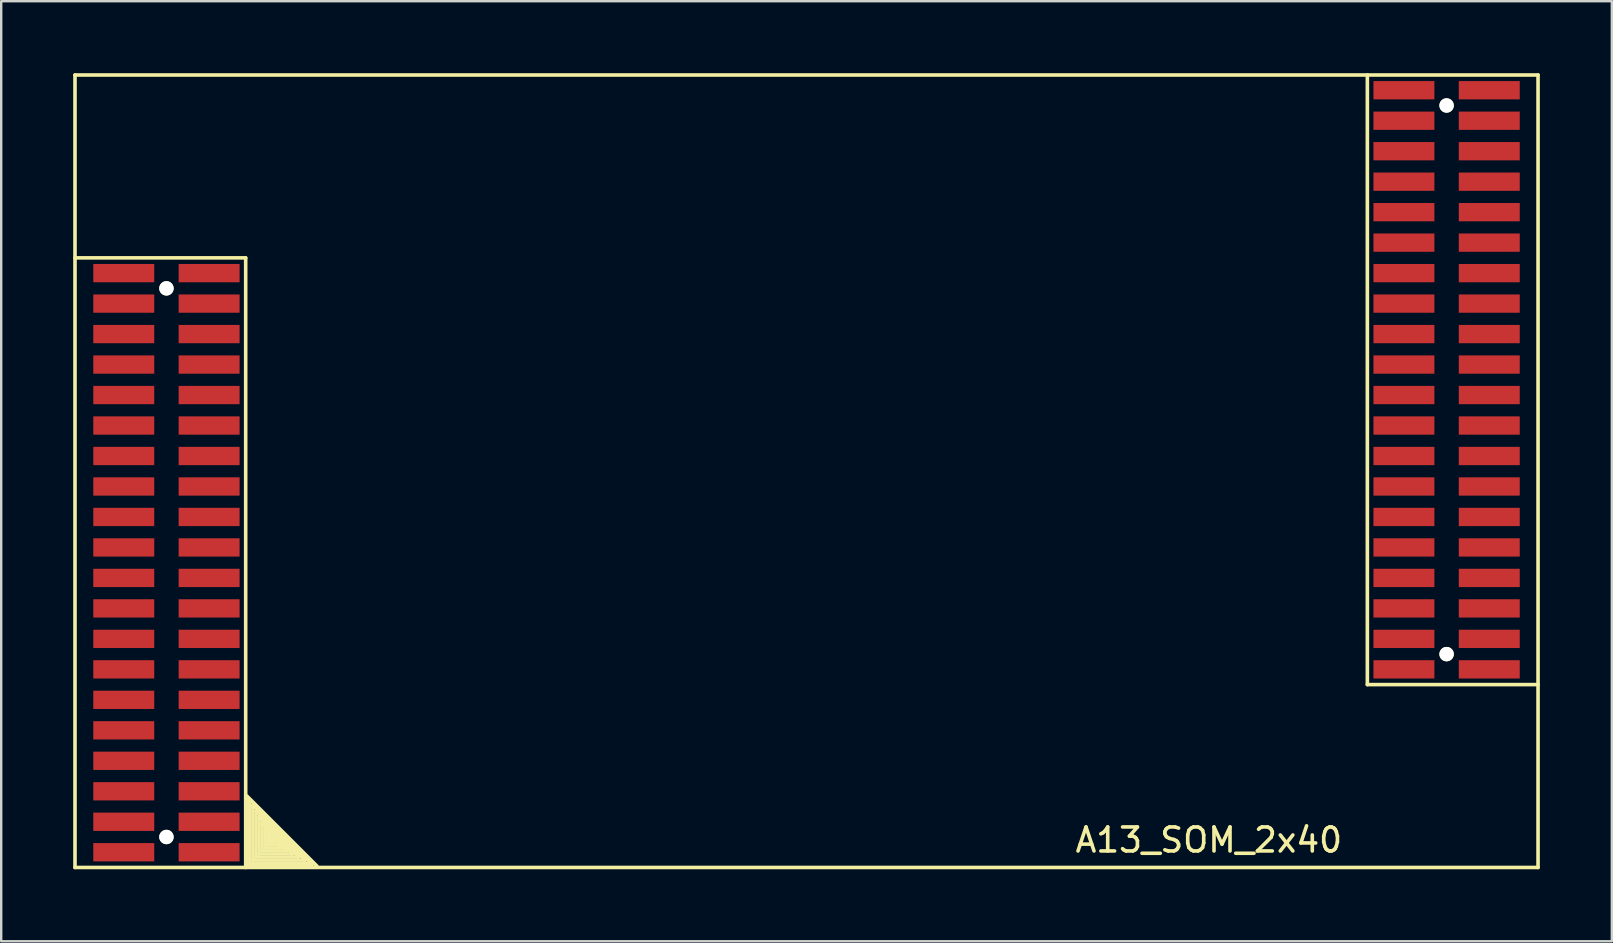
<source format=kicad_pcb>
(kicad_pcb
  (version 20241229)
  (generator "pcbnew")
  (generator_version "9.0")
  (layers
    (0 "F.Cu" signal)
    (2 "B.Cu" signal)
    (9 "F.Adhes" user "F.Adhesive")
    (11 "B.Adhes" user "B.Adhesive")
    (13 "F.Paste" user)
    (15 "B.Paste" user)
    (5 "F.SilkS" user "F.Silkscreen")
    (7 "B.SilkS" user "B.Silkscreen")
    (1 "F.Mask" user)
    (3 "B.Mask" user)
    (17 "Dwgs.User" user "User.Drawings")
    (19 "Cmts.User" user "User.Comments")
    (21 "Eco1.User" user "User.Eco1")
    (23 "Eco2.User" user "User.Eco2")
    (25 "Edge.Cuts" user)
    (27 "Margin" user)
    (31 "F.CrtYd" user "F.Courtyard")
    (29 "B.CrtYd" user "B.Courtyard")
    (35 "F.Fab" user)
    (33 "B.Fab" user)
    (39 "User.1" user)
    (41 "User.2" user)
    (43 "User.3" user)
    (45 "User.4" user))
  (footprint "A13_SOM_2x40"
    (layer "F.Cu")
    (at 30.555 17.982)
    (property "Reference" "A13_SOM_2x40" (at 16.764 13.97 0) (layer "F.SilkS") (effects (font (size 1 1) (thickness 0.15))))
    (attr through_hole)
    (fp_line (start -30.48 -17.907) (end 30.48 -17.907) (stroke (width 0.15) (type solid)) (layer "F.SilkS"))
    (fp_line (start -30.48 15.113) (end -30.48 -17.907) (stroke (width 0.15) (type solid)) (layer "F.SilkS"))
    (fp_line (start -23.368 -10.287) (end -30.48 -10.287) (stroke (width 0.15) (type solid)) (layer "F.SilkS"))
    (fp_line (start -23.368 15.113) (end -23.368 -10.287) (stroke (width 0.15) (type solid)) (layer "F.SilkS"))
    (fp_line (start -23.318 12.136) (end -20.397 15.057) (stroke (width 0.15) (type solid)) (layer "F.SilkS"))
    (fp_line (start -23.3 12.3) (end -23.3 15) (stroke (width 0.15) (type solid)) (layer "F.SilkS"))
    (fp_line (start -23.3 15) (end -20.6 15) (stroke (width 0.15) (type solid)) (layer "F.SilkS"))
    (fp_line (start -23.191 12.39) (end -23.191 14.93) (stroke (width 0.15) (type solid)) (layer "F.SilkS"))
    (fp_line (start -23.191 14.93) (end -20.651 14.93) (stroke (width 0.15) (type solid)) (layer "F.SilkS"))
    (fp_line (start -23.064 12.517) (end -23.064 14.803) (stroke (width 0.15) (type solid)) (layer "F.SilkS"))
    (fp_line (start -23.064 14.803) (end -20.905 14.803) (stroke (width 0.15) (type solid)) (layer "F.SilkS"))
    (fp_line (start -22.937 12.771) (end -22.937 14.676) (stroke (width 0.15) (type solid)) (layer "F.SilkS"))
    (fp_line (start -22.937 14.676) (end -21.159 14.676) (stroke (width 0.15) (type solid)) (layer "F.SilkS"))
    (fp_line (start -22.81 13.025) (end -22.81 14.549) (stroke (width 0.15) (type solid)) (layer "F.SilkS"))
    (fp_line (start -22.81 14.549) (end -21.413 14.549) (stroke (width 0.15) (type solid)) (layer "F.SilkS"))
    (fp_line (start -22.683 13.279) (end -22.683 14.422) (stroke (width 0.15) (type solid)) (layer "F.SilkS"))
    (fp_line (start -22.683 14.422) (end -21.667 14.422) (stroke (width 0.15) (type solid)) (layer "F.SilkS"))
    (fp_line (start -22.556 13.533) (end -22.556 14.295) (stroke (width 0.15) (type solid)) (layer "F.SilkS"))
    (fp_line (start -22.556 14.295) (end -21.921 14.295) (stroke (width 0.15) (type solid)) (layer "F.SilkS"))
    (fp_line (start -22.429 13.787) (end -22.429 14.168) (stroke (width 0.15) (type solid)) (layer "F.SilkS"))
    (fp_line (start -22.429 14.168) (end -22.175 14.168) (stroke (width 0.15) (type solid)) (layer "F.SilkS"))
    (fp_line (start -22.302 14.041) (end -22.429 14.041) (stroke (width 0.15) (type solid)) (layer "F.SilkS"))
    (fp_line (start -22.175 14.168) (end -22.302 14.041) (stroke (width 0.15) (type solid)) (layer "F.SilkS"))
    (fp_line (start -21.921 14.295) (end -22.429 13.787) (stroke (width 0.15) (type solid)) (layer "F.SilkS"))
    (fp_line (start -21.667 14.422) (end -22.556 13.533) (stroke (width 0.15) (type solid)) (layer "F.SilkS"))
    (fp_line (start -21.413 14.549) (end -22.683 13.279) (stroke (width 0.15) (type solid)) (layer "F.SilkS"))
    (fp_line (start -21.159 14.676) (end -22.81 13.025) (stroke (width 0.15) (type solid)) (layer "F.SilkS"))
    (fp_line (start -20.905 14.803) (end -22.937 12.771) (stroke (width 0.15) (type solid)) (layer "F.SilkS"))
    (fp_line (start -20.651 14.93) (end -23.064 12.517) (stroke (width 0.15) (type solid)) (layer "F.SilkS"))
    (fp_line (start 23.368 -17.907) (end 23.368 7.493) (stroke (width 0.15) (type solid)) (layer "F.SilkS"))
    (fp_line (start 23.368 7.493) (end 30.48 7.493) (stroke (width 0.15) (type solid)) (layer "F.SilkS"))
    (fp_line (start 30.48 -17.907) (end 30.48 15.113) (stroke (width 0.15) (type solid)) (layer "F.SilkS"))
    (fp_line (start 30.48 15.113) (end -30.48 15.113) (stroke (width 0.15) (type solid)) (layer "F.SilkS"))
    (pad "" np_thru_hole circle (at -26.67 -9.017) (size 0.6 0.6) (drill 0.6) (layers "*.Cu" "*.Mask" "F.SilkS"))
    (pad "" np_thru_hole circle (at -26.67 13.843) (size 0.6 0.6) (drill 0.6) (layers "*.Cu" "*.Mask" "F.SilkS"))
    (pad "" np_thru_hole circle (at 26.67 -16.637) (size 0.6 0.6) (drill 0.6) (layers "*.Cu" "*.Mask" "F.SilkS"))
    (pad "" np_thru_hole circle (at 26.67 6.223) (size 0.6 0.6) (drill 0.6) (layers "*.Cu" "*.Mask" "F.SilkS"))
    (pad " " smd rect (at -28.448 8.128 180) (size 2.54 0.762) (layers "F.Cu" "F.Mask" "F.Paste"))
    (pad " " smd rect (at -24.892 8.128 180) (size 2.54 0.762) (layers "F.Cu" "F.Mask" "F.Paste"))
    (pad " " smd rect (at 24.892 -10.922) (size 2.54 0.762) (layers "F.Cu" "F.Mask" "F.Paste"))
    (pad " " smd rect (at 28.448 -10.922) (size 2.54 0.762) (layers "F.Cu" "F.Mask" "F.Paste"))
    (pad "1G1" smd rect (at 24.892 -9.652) (size 2.54 0.762) (layers "F.Cu" "F.Mask" "F.Paste"))
    (pad "1G2" smd rect (at 28.448 -9.652) (size 2.54 0.762) (layers "F.Cu" "F.Mask" "F.Paste"))
    (pad "1G3" smd rect (at 24.892 -8.382) (size 2.54 0.762) (layers "F.Cu" "F.Mask" "F.Paste"))
    (pad "1G4" smd rect (at 28.448 -8.382) (size 2.54 0.762) (layers "F.Cu" "F.Mask" "F.Paste"))
    (pad "1G5" smd rect (at 24.892 -7.112) (size 2.54 0.762) (layers "F.Cu" "F.Mask" "F.Paste"))
    (pad "1G6" smd rect (at 28.448 -7.112) (size 2.54 0.762) (layers "F.Cu" "F.Mask" "F.Paste"))
    (pad "1G7" smd rect (at 24.892 -5.842) (size 2.54 0.762) (layers "F.Cu" "F.Mask" "F.Paste"))
    (pad "1G8" smd rect (at 28.448 -5.842) (size 2.54 0.762) (layers "F.Cu" "F.Mask" "F.Paste"))
    (pad "1G9" smd rect (at 24.892 -4.572) (size 2.54 0.762) (layers "F.Cu" "F.Mask" "F.Paste"))
    (pad "1G10" smd rect (at 28.448 -4.572) (size 2.54 0.762) (layers "F.Cu" "F.Mask" "F.Paste"))
    (pad "1G11" smd rect (at 24.892 -3.302) (size 2.54 0.762) (layers "F.Cu" "F.Mask" "F.Paste"))
    (pad "1G12" smd rect (at 28.448 -3.302) (size 2.54 0.762) (layers "F.Cu" "F.Mask" "F.Paste"))
    (pad "1G13" smd rect (at 24.892 -2.032) (size 2.54 0.762) (layers "F.Cu" "F.Mask" "F.Paste"))
    (pad "1G14" smd rect (at 28.448 -2.032) (size 2.54 0.762) (layers "F.Cu" "F.Mask" "F.Paste"))
    (pad "1G15" smd rect (at 24.892 -0.762) (size 2.54 0.762) (layers "F.Cu" "F.Mask" "F.Paste"))
    (pad "1G16" smd rect (at 28.448 -0.762) (size 2.54 0.762) (layers "F.Cu" "F.Mask" "F.Paste"))
    (pad "1G17" smd rect (at 24.892 0.508) (size 2.54 0.762) (layers "F.Cu" "F.Mask" "F.Paste"))
    (pad "1G18" smd rect (at 28.448 0.508) (size 2.54 0.762) (layers "F.Cu" "F.Mask" "F.Paste"))
    (pad "1G19" smd rect (at 24.892 1.778) (size 2.54 0.762) (layers "F.Cu" "F.Mask" "F.Paste"))
    (pad "1G20" smd rect (at 28.448 1.778) (size 2.54 0.762) (layers "F.Cu" "F.Mask" "F.Paste"))
    (pad "1G21" smd rect (at 24.892 3.048) (size 2.54 0.762) (layers "F.Cu" "F.Mask" "F.Paste"))
    (pad "1G22" smd rect (at 28.448 3.048) (size 2.54 0.762) (layers "F.Cu" "F.Mask" "F.Paste"))
    (pad "1G23" smd rect (at 24.892 4.318) (size 2.54 0.762) (layers "F.Cu" "F.Mask" "F.Paste"))
    (pad "1G24" smd rect (at 28.448 4.318) (size 2.54 0.762) (layers "F.Cu" "F.Mask" "F.Paste"))
    (pad "1G25" smd rect (at 24.892 5.588) (size 2.54 0.762) (layers "F.Cu" "F.Mask" "F.Paste"))
    (pad "1G26" smd rect (at 28.448 5.588) (size 2.54 0.762) (layers "F.Cu" "F.Mask" "F.Paste"))
    (pad "1G27" smd rect (at 24.892 6.858) (size 2.54 0.762) (layers "F.Cu" "F.Mask" "F.Paste"))
    (pad "1G28" smd rect (at 28.448 6.858) (size 2.54 0.762) (layers "F.Cu" "F.Mask" "F.Paste"))
    (pad "2G1" smd rect (at 24.892 -17.272) (size 2.54 0.762) (layers "F.Cu" "F.Mask" "F.Paste"))
    (pad "2G2" smd rect (at 28.448 -17.272) (size 2.54 0.762) (layers "F.Cu" "F.Mask" "F.Paste"))
    (pad "2G3" smd rect (at 24.892 -16.002) (size 2.54 0.762) (layers "F.Cu" "F.Mask" "F.Paste"))
    (pad "2G4" smd rect (at 28.448 -16.002) (size 2.54 0.762) (layers "F.Cu" "F.Mask" "F.Paste"))
    (pad "2G5" smd rect (at 24.892 -14.732) (size 2.54 0.762) (layers "F.Cu" "F.Mask" "F.Paste"))
    (pad "2G6" smd rect (at 28.448 -14.732) (size 2.54 0.762) (layers "F.Cu" "F.Mask" "F.Paste"))
    (pad "2G7" smd rect (at 24.892 -13.462) (size 2.54 0.762) (layers "F.Cu" "F.Mask" "F.Paste"))
    (pad "2G8" smd rect (at 28.448 -13.462) (size 2.54 0.762) (layers "F.Cu" "F.Mask" "F.Paste"))
    (pad "2G9" smd rect (at 24.892 -12.192) (size 2.54 0.762) (layers "F.Cu" "F.Mask" "F.Paste"))
    (pad "2G10" smd rect (at 28.448 -12.192) (size 2.54 0.762) (layers "F.Cu" "F.Mask" "F.Paste"))
    (pad "3G1" smd rect (at -24.892 14.478 180) (size 2.54 0.762) (layers "F.Cu" "F.Mask" "F.Paste"))
    (pad "3G2" smd rect (at -28.448 14.478 180) (size 2.54 0.762) (layers "F.Cu" "F.Mask" "F.Paste"))
    (pad "3G3" smd rect (at -24.892 13.208 180) (size 2.54 0.762) (layers "F.Cu" "F.Mask" "F.Paste"))
    (pad "3G4" smd rect (at -28.448 13.208 180) (size 2.54 0.762) (layers "F.Cu" "F.Mask" "F.Paste"))
    (pad "3G5" smd rect (at -24.892 11.938 180) (size 2.54 0.762) (layers "F.Cu" "F.Mask" "F.Paste"))
    (pad "3G6" smd rect (at -28.448 11.938 180) (size 2.54 0.762) (layers "F.Cu" "F.Mask" "F.Paste"))
    (pad "3G7" smd rect (at -24.892 10.668 180) (size 2.54 0.762) (layers "F.Cu" "F.Mask" "F.Paste"))
    (pad "3G8" smd rect (at -28.448 10.668 180) (size 2.54 0.762) (layers "F.Cu" "F.Mask" "F.Paste"))
    (pad "3G9" smd rect (at -24.892 9.398 180) (size 2.54 0.762) (layers "F.Cu" "F.Mask" "F.Paste"))
    (pad "3G10" smd rect (at -28.448 9.398 180) (size 2.54 0.762) (layers "F.Cu" "F.Mask" "F.Paste"))
    (pad "LD1" smd rect (at -24.892 6.858 180) (size 2.54 0.762) (layers "F.Cu" "F.Mask" "F.Paste"))
    (pad "LD2" smd rect (at -28.448 6.858 180) (size 2.54 0.762) (layers "F.Cu" "F.Mask" "F.Paste"))
    (pad "LD3" smd rect (at -24.892 5.588 180) (size 2.54 0.762) (layers "F.Cu" "F.Mask" "F.Paste"))
    (pad "LD4" smd rect (at -28.448 5.588 180) (size 2.54 0.762) (layers "F.Cu" "F.Mask" "F.Paste"))
    (pad "LD5" smd rect (at -24.892 4.318 180) (size 2.54 0.762) (layers "F.Cu" "F.Mask" "F.Paste"))
    (pad "LD6" smd rect (at -28.448 4.318 180) (size 2.54 0.762) (layers "F.Cu" "F.Mask" "F.Paste"))
    (pad "LD7" smd rect (at -24.892 3.048 180) (size 2.54 0.762) (layers "F.Cu" "F.Mask" "F.Paste"))
    (pad "LD8" smd rect (at -28.448 3.048 180) (size 2.54 0.762) (layers "F.Cu" "F.Mask" "F.Paste"))
    (pad "LD9" smd rect (at -24.892 1.778 180) (size 2.54 0.762) (layers "F.Cu" "F.Mask" "F.Paste"))
    (pad "LD10" smd rect (at -28.448 1.778 180) (size 2.54 0.762) (layers "F.Cu" "F.Mask" "F.Paste"))
    (pad "LD11" smd rect (at -24.892 0.508 180) (size 2.54 0.762) (layers "F.Cu" "F.Mask" "F.Paste"))
    (pad "LD12" smd rect (at -28.448 0.508 180) (size 2.54 0.762) (layers "F.Cu" "F.Mask" "F.Paste"))
    (pad "LD13" smd rect (at -24.892 -0.762 180) (size 2.54 0.762) (layers "F.Cu" "F.Mask" "F.Paste"))
    (pad "LD14" smd rect (at -28.448 -0.762 180) (size 2.54 0.762) (layers "F.Cu" "F.Mask" "F.Paste"))
    (pad "LD15" smd rect (at -24.892 -2.032 180) (size 2.54 0.762) (layers "F.Cu" "F.Mask" "F.Paste"))
    (pad "LD16" smd rect (at -28.448 -2.032 180) (size 2.54 0.762) (layers "F.Cu" "F.Mask" "F.Paste"))
    (pad "LD17" smd rect (at -24.892 -3.302 180) (size 2.54 0.762) (layers "F.Cu" "F.Mask" "F.Paste"))
    (pad "LD18" smd rect (at -28.448 -3.302 180) (size 2.54 0.762) (layers "F.Cu" "F.Mask" "F.Paste"))
    (pad "LD19" smd rect (at -24.892 -4.572 180) (size 2.54 0.762) (layers "F.Cu" "F.Mask" "F.Paste"))
    (pad "LD20" smd rect (at -28.448 -4.572 180) (size 2.54 0.762) (layers "F.Cu" "F.Mask" "F.Paste"))
    (pad "LD21" smd rect (at -24.892 -5.842 180) (size 2.54 0.762) (layers "F.Cu" "F.Mask" "F.Paste"))
    (pad "LD22" smd rect (at -28.448 -5.842 180) (size 2.54 0.762) (layers "F.Cu" "F.Mask" "F.Paste"))
    (pad "LD23" smd rect (at -24.892 -7.112 180) (size 2.54 0.762) (layers "F.Cu" "F.Mask" "F.Paste"))
    (pad "LD24" smd rect (at -28.448 -7.112 180) (size 2.54 0.762) (layers "F.Cu" "F.Mask" "F.Paste"))
    (pad "LD25" smd rect (at -24.892 -8.382 180) (size 2.54 0.762) (layers "F.Cu" "F.Mask" "F.Paste"))
    (pad "LD26" smd rect (at -28.448 -8.382 180) (size 2.54 0.762) (layers "F.Cu" "F.Mask" "F.Paste"))
    (pad "LD27" smd rect (at -24.892 -9.652 180) (size 2.54 0.762) (layers "F.Cu" "F.Mask" "F.Paste"))
    (pad "LD28" smd rect (at -28.448 -9.652 180) (size 2.54 0.762) (layers "F.Cu" "F.Mask" "F.Paste")))
  (gr_rect
    (start -3 -3)
    (end 64.11 36.17)
    (stroke (width 0.1) (type default))
    (fill no)
    (layer "Edge.Cuts")))
</source>
